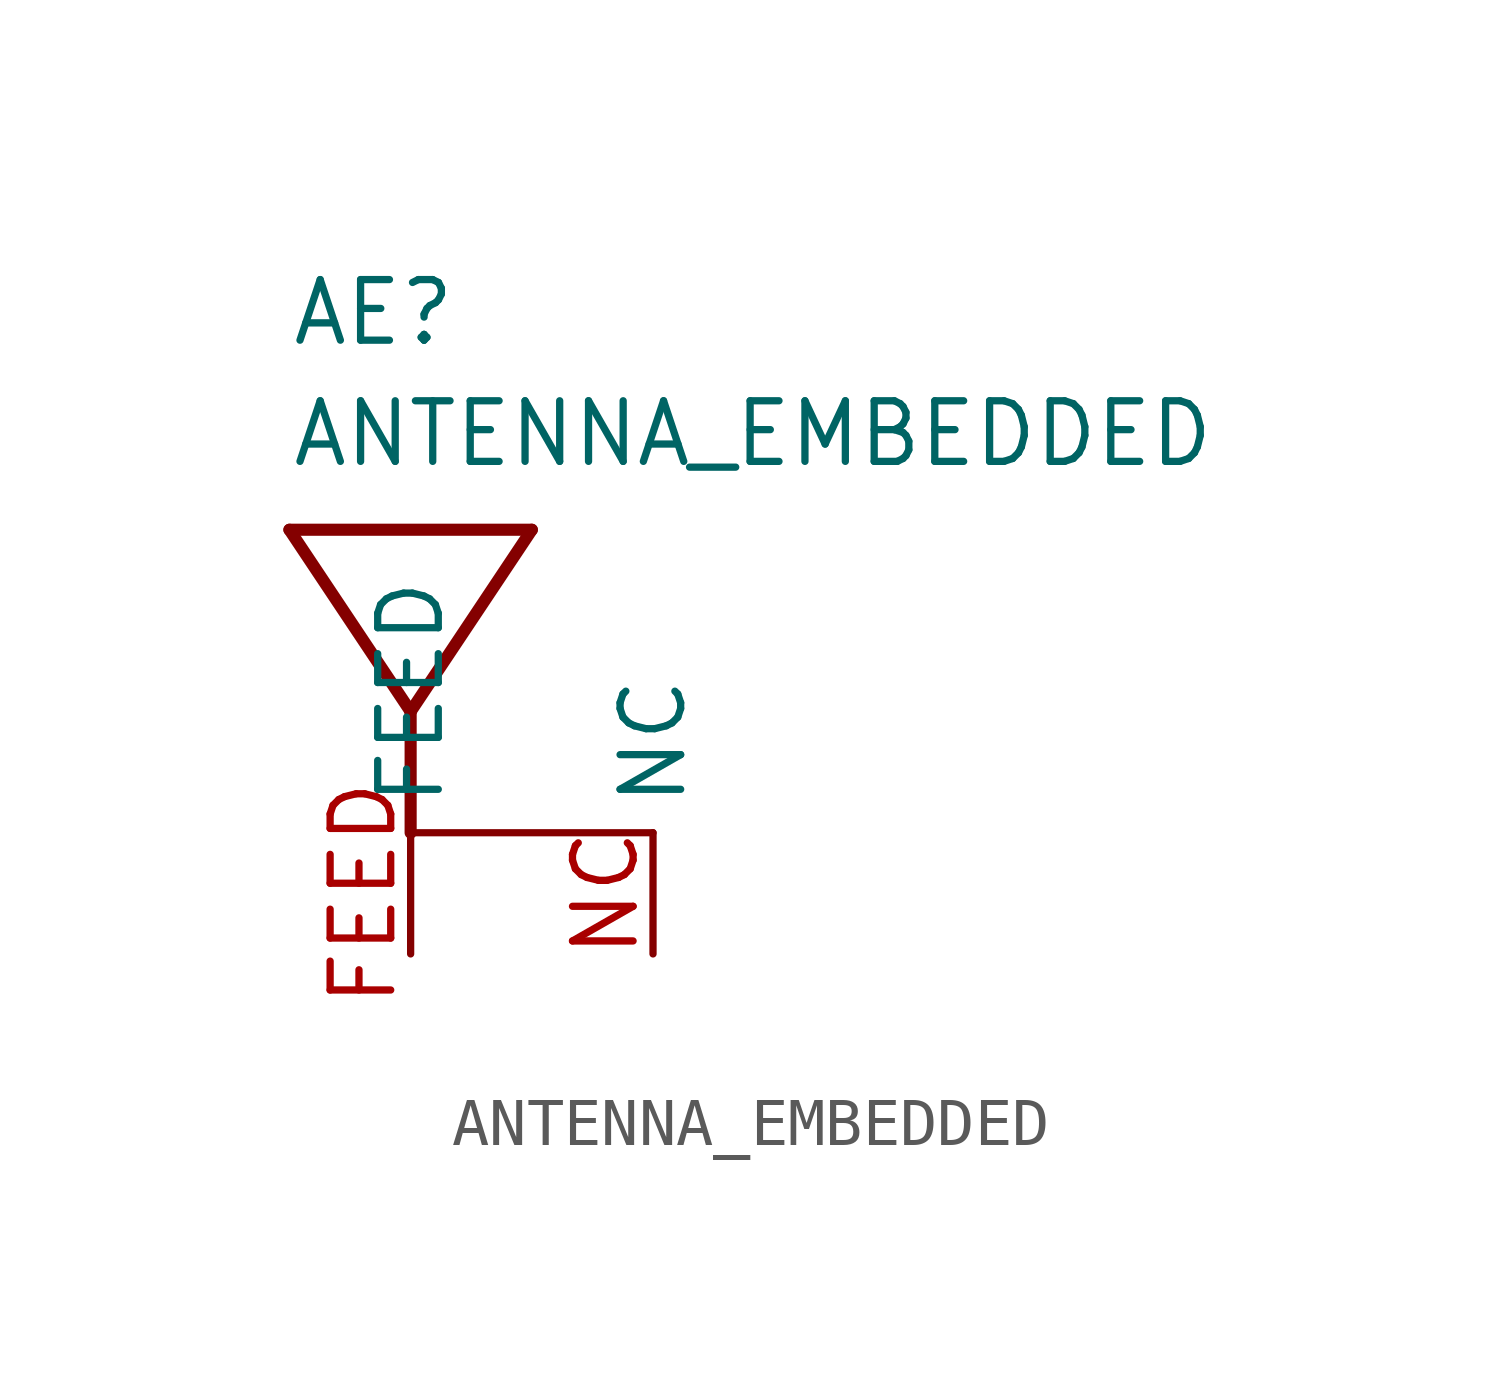
<source format=kicad_sym>
(kicad_symbol_lib
  (version 20211014)
  (generator kicad_symbol_editor)
  (symbol "ANTENNA_EMBEDDED"
    (pin_names)
    (property "Reference" "AE"
      (at -2.54 7.62 0)
      (effects (font (size 1.27 1.27)) (justify left bottom)))
    (property "Value" "ANTENNA_EMBEDDED"
      (at -2.54 5.08 0)
      (effects (font (size 1.27 1.27)) (justify left bottom)))
    (property "Datasheet" ""
      (at 0 0 0))
    (property "ki_fp_filters" "FlashPCB_Misc:ANT-1.6X0.8"
      (at 0 0 0))
    (symbol "ANTENNA_EMBEDDED_1_1"
      (polyline (pts (xy 0 -2.54) (xy 0 0)) (stroke (width 0.254)) (fill (type none)))
      (polyline (pts (xy 0 0) (xy 2.54 3.81)) (stroke (width 0.254)) (fill (type none)))
      (polyline (pts (xy 0 0) (xy -2.54 3.81)) (stroke (width 0.254)) (fill (type none)))
      (polyline (pts (xy -2.54 3.81) (xy 2.54 3.81)) (stroke (width 0.254)) (fill (type none)))
      (polyline (pts (xy 0 -2.54) (xy 5.08 -2.54)) (stroke (width 0.152)) (fill (type none)))
      (pin bidirectional line (at 0 -5.08 90) (length 2.54) (name "FEED" (effects (font (size 1.27 1.27)))) (number "FEED" (effects (font (size 1.27 1.27)))))
      (pin bidirectional line (at 5.08 -5.08 90) (length 2.54) (name "NC" (effects (font (size 1.27 1.27)))) (number "NC" (effects (font (size 1.27 1.27))))))))
</source>
